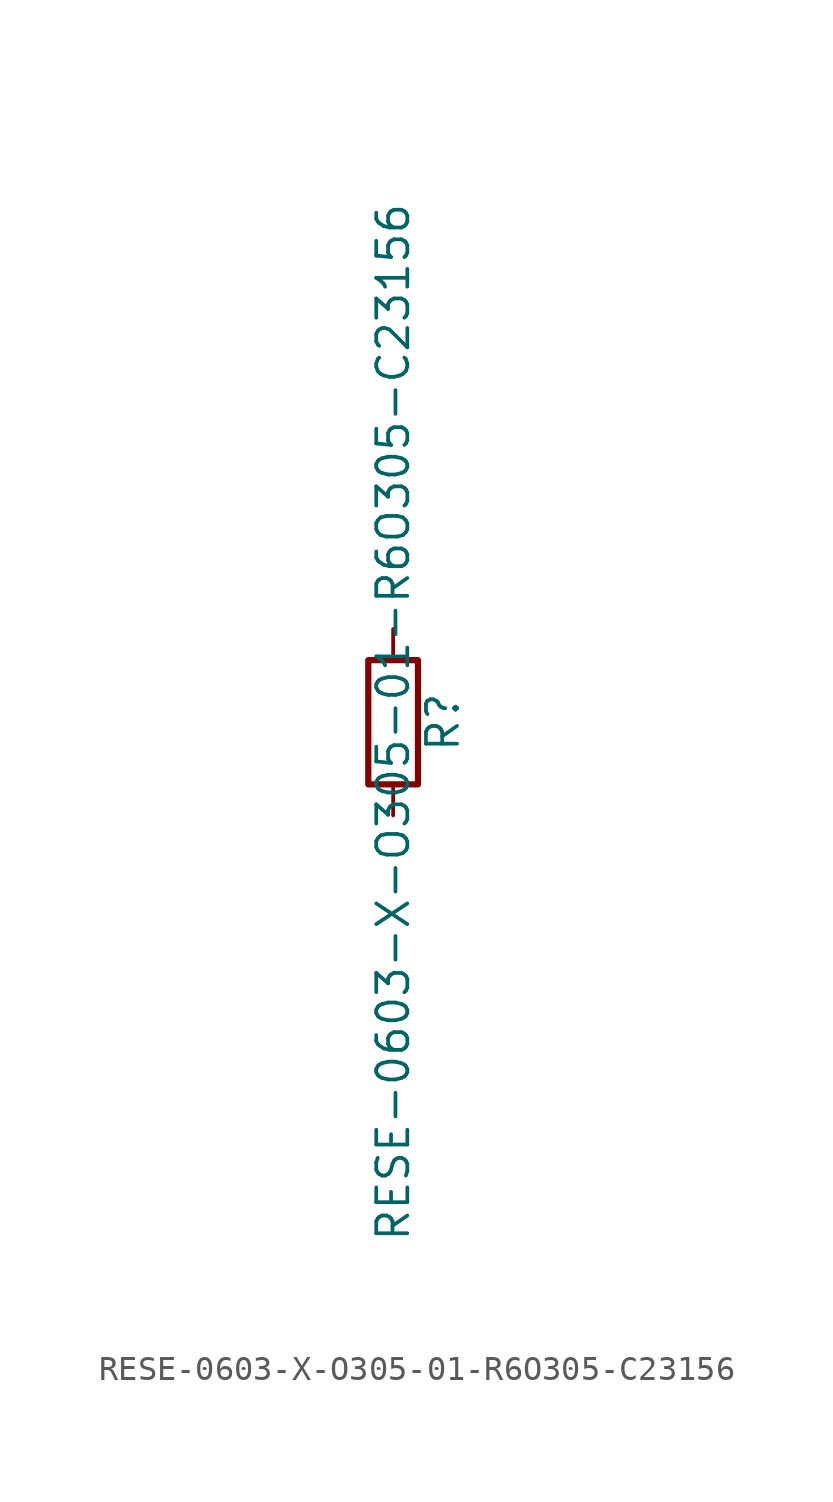
<source format=kicad_sym>
(kicad_symbol_lib
  (version 20211014)
  (generator kicad_symbol_editor)
  (symbol "RESE-0603-X-O305-01-R6O305-C23156"
    (pin_numbers hide)
    (pin_names
      (offset 0))
    (property "Reference" "R"
      (at 2.032 0 90)
      (effects (font (size 1.27 1.27))))
    (property "Value" "RESE-0603-X-O305-01-R6O305-C23156"
      (at 0 0 90)
      (effects (font (size 1.27 1.27))))
    (symbol "RESE-0603-X-O305-01-R6O305-C23156_0_1"
      (rectangle (start -1.016 -2.54) (end 1.016 2.54) (stroke (width 0.254) (type default) (color 0 0 0 0)) (fill (type none))))
    (symbol "RESE-0603-X-O305-01-R6O305-C23156_1_1"
      (pin passive line (at 0 3.81 270) (length 1.27) (name "~" (effects (font (size 1.27 1.27)))) (number "1" (effects (font (size 1.27 1.27)))))
      (pin passive line (at 0 -3.81 90) (length 1.27) (name "~" (effects (font (size 1.27 1.27)))) (number "2" (effects (font (size 1.27 1.27))))))))
</source>
